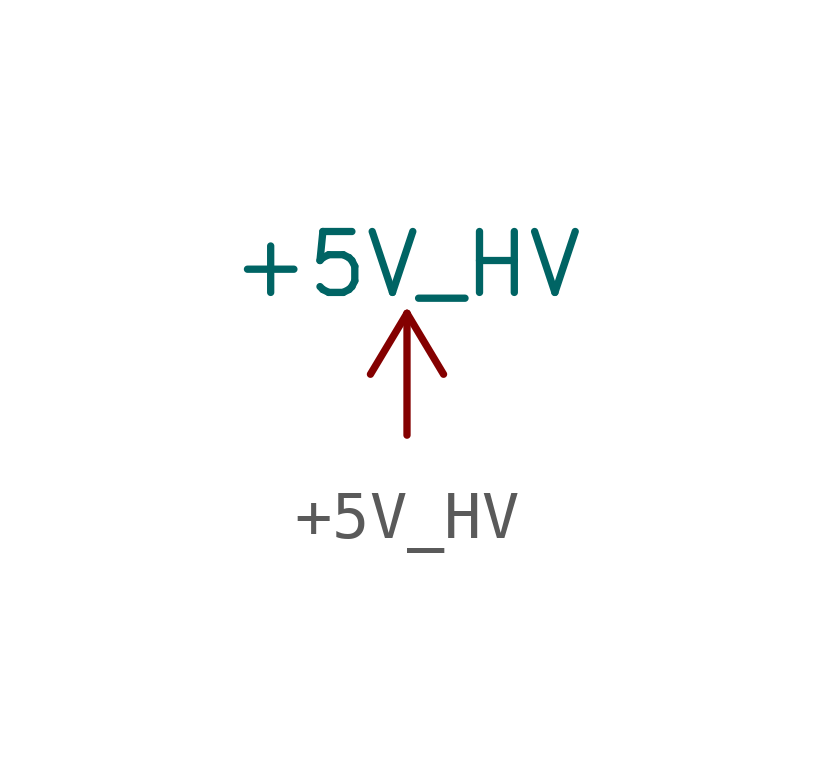
<source format=kicad_sym>
(kicad_symbol_lib
  (version 20211014)
  (generator kicad_symbol_editor)
  (symbol "+5V_HV"
    (power)
    (pin_names
      (offset 0))
    (property "Reference" "#PWR"
      (at 0 -3.81 0)
      (effects (font (size 1.27 1.27)) hide))
    (property "Value" "+5V_HV"
      (at 0 3.556 0)
      (effects (font (size 1.27 1.27))))
    (symbol "+5V_HV_0_1"
      (polyline (pts (xy -0.762 1.27) (xy 0 2.54)) (stroke (width 0) (type default) (color 0 0 0 0)) (fill (type none)))
      (polyline (pts (xy 0 0) (xy 0 2.54)) (stroke (width 0) (type default) (color 0 0 0 0)) (fill (type none)))
      (polyline (pts (xy 0 2.54) (xy 0.762 1.27)) (stroke (width 0) (type default) (color 0 0 0 0)) (fill (type none))))
    (symbol "+5V_HV_1_1"
      (pin power_in line (at 0 0 90) (length 0) hide (name "+5V_HV" (effects (font (size 1.27 1.27)))) (number "1" (effects (font (size 1.27 1.27))))))))
</source>
